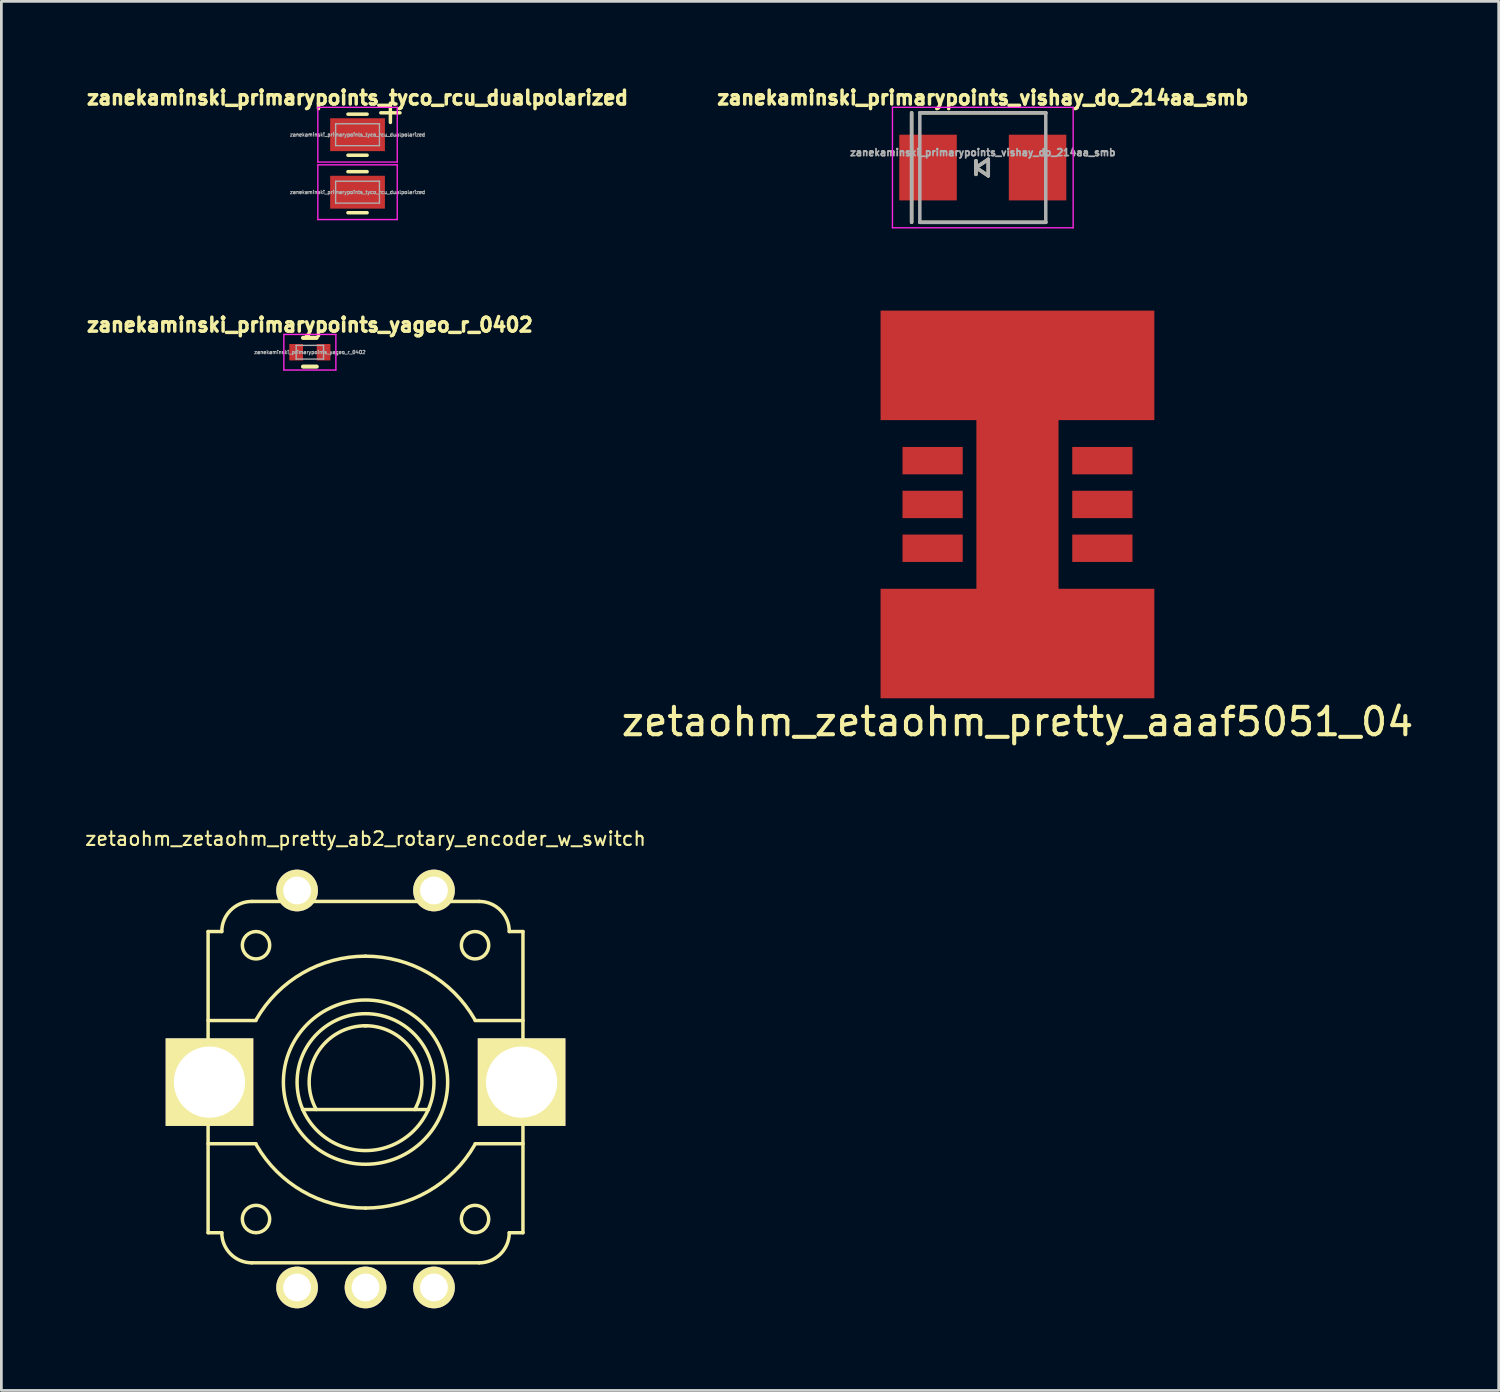
<source format=kicad_pcb>
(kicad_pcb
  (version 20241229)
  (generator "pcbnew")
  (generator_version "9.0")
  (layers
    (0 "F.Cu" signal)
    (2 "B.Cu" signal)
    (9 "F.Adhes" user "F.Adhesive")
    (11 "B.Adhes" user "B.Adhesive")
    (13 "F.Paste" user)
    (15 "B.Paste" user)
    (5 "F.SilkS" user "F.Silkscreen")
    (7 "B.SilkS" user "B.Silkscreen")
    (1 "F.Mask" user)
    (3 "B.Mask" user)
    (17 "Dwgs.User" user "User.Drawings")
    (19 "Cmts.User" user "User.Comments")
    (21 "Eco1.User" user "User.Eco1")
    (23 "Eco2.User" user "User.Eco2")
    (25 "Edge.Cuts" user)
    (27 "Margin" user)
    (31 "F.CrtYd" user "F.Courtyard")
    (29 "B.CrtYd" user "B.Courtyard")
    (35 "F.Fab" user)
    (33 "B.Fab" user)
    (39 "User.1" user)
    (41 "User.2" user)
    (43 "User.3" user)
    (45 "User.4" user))
  (footprint "zanekaminski_primarypoints_tyco_rcu_dualpolarized"
    (layer "F.Cu")
    (at 10.009 2.92)
    (property "Reference" "zanekaminski_primarypoints_tyco_rcu_dualpolarized" (at 0 -2.4 0) (layer "F.SilkS") (effects (font (size 0.508 0.508) (thickness 0.127))))
    (attr smd)
    (fp_line (start -0.35 -1.8) (end 0.35 -1.8) (stroke (width 0.127) (type solid)) (layer "F.SilkS"))
    (fp_line (start -0.35 0.3) (end 0.35 0.3) (stroke (width 0.127) (type solid)) (layer "F.SilkS"))
    (fp_line (start 0.35 -0.3) (end -0.35 -0.3) (stroke (width 0.127) (type solid)) (layer "F.SilkS"))
    (fp_line (start 0.35 1.8) (end -0.35 1.8) (stroke (width 0.127) (type solid)) (layer "F.SilkS"))
    (fp_line (start 0.85 -1.85) (end 1.55 -1.85) (stroke (width 0.127) (type solid)) (layer "F.SilkS"))
    (fp_line (start 1.2 -2.2) (end 1.2 -1.5) (stroke (width 0.127) (type solid)) (layer "F.SilkS"))
    (fp_line (start -1.45 -2.05) (end -1.45 -0.05) (stroke (width 0.05) (type solid)) (layer "F.CrtYd"))
    (fp_line (start -1.45 -2.05) (end 1.45 -2.05) (stroke (width 0.05) (type solid)) (layer "F.CrtYd"))
    (fp_line (start -1.45 -0.05) (end 1.45 -0.05) (stroke (width 0.05) (type solid)) (layer "F.CrtYd"))
    (fp_line (start -1.45 0.05) (end -1.45 2.05) (stroke (width 0.05) (type solid)) (layer "F.CrtYd"))
    (fp_line (start -1.45 0.05) (end 1.45 0.05) (stroke (width 0.05) (type solid)) (layer "F.CrtYd"))
    (fp_line (start -1.45 2.05) (end 1.45 2.05) (stroke (width 0.05) (type solid)) (layer "F.CrtYd"))
    (fp_line (start 1.45 -2.05) (end 1.45 -0.05) (stroke (width 0.05) (type solid)) (layer "F.CrtYd"))
    (fp_line (start 1.45 0.05) (end 1.45 2.05) (stroke (width 0.05) (type solid)) (layer "F.CrtYd"))
    (fp_line (start -0.8 -1.45) (end 0.8 -1.45) (stroke (width 0.05) (type solid)) (layer "F.Fab"))
    (fp_line (start -0.8 -0.65) (end -0.8 -1.45) (stroke (width 0.05) (type solid)) (layer "F.Fab"))
    (fp_line (start -0.8 0.65) (end 0.8 0.65) (stroke (width 0.05) (type solid)) (layer "F.Fab"))
    (fp_line (start -0.8 1.45) (end -0.8 0.65) (stroke (width 0.05) (type solid)) (layer "F.Fab"))
    (fp_line (start 0.8 -1.45) (end 0.8 -0.65) (stroke (width 0.05) (type solid)) (layer "F.Fab"))
    (fp_line (start 0.8 -0.65) (end -0.8 -0.65) (stroke (width 0.05) (type solid)) (layer "F.Fab"))
    (fp_line (start 0.8 0.65) (end 0.8 1.45) (stroke (width 0.05) (type solid)) (layer "F.Fab"))
    (fp_line (start 0.8 1.45) (end -0.8 1.45) (stroke (width 0.05) (type solid)) (layer "F.Fab"))
    (fp_text user "${REFERENCE}" (at 0 -1.05 0) (layer "F.Fab") (effects (font (size 0.127 0.127) (thickness 0.032))))
    (fp_text user "${REFERENCE}" (at 0 1.05 0) (layer "F.Fab") (effects (font (size 0.127 0.127) (thickness 0.032))))
    (pad "1" smd rect (at 0 -1.05) (size 2 1.2) (layers "F.Cu" "F.Mask" "F.Paste"))
    (pad "2" smd rect (at 0 1.05) (size 2 1.2) (layers "F.Cu" "F.Mask" "F.Paste")))
  (footprint "zetaohm_zetaohm_pretty_aaaf5051_04"
    (placed yes)
    (layer "F.Cu")
    (at 34.113 15.375)
    (property "Reference" "zetaohm_zetaohm_pretty_aaaf5051_04" (at 0 7.938 0) (layer "F.SilkS") (effects (font (size 1 1) (thickness 0.15))))
    (attr through_hole)
    (pad "" smd rect (at 0 -5.08 90) (size 4 10) (layers "F.Cu" "F.Paste"))
    (pad "" smd rect (at 0 -5.08) (size 10 4) (layers "F.Mask"))
    (pad "" smd rect (at 0 -2.54) (size 3 1) (layers "F.Mask"))
    (pad "" smd rect (at 0 0) (size 3 6.2) (layers "F.Cu" "F.Paste"))
    (pad "" smd rect (at 0 2.54) (size 3 1) (layers "F.Mask"))
    (pad "" smd rect (at 0 5.08 90) (size 4 10) (layers "F.Cu" "F.Paste"))
    (pad "" smd rect (at 0 5.08) (size 10 4) (layers "F.Mask"))
    (pad "1" smd rect (at 3.101 1.6) (size 2.2 1) (layers "F.Cu" "F.Mask" "F.Paste"))
    (pad "2" smd rect (at 3.101 -0.0002) (size 2.2 1) (layers "F.Cu" "F.Mask" "F.Paste"))
    (pad "3" smd rect (at 3.101 -1.6) (size 2.2 1) (layers "F.Cu" "F.Mask" "F.Paste"))
    (pad "4" smd rect (at -3.099 -1.6) (size 2.2 1) (layers "F.Cu" "F.Mask" "F.Paste"))
    (pad "5" smd rect (at -3.099 -0.0002) (size 2.2 1) (layers "F.Cu" "F.Mask" "F.Paste"))
    (pad "6" smd rect (at -3.099 1.6) (size 2.2 1) (layers "F.Cu" "F.Mask" "F.Paste")))
  (footprint "zanekaminski_primarypoints_yageo_r_0402"
    (layer "F.Cu")
    (at 8.268 9.815)
    (property "Reference" "zanekaminski_primarypoints_yageo_r_0402" (at 0 -1 0) (layer "F.SilkS") (effects (font (size 0.508 0.508) (thickness 0.127))))
    (attr smd)
    (fp_line (start -0.25 0.525) (end 0.25 0.525) (stroke (width 0.15) (type solid)) (layer "F.SilkS"))
    (fp_line (start 0.25 -0.525) (end -0.25 -0.525) (stroke (width 0.15) (type solid)) (layer "F.SilkS"))
    (fp_line (start -0.95 -0.65) (end -0.95 0.65) (stroke (width 0.05) (type solid)) (layer "F.CrtYd"))
    (fp_line (start -0.95 -0.65) (end 0.95 -0.65) (stroke (width 0.05) (type solid)) (layer "F.CrtYd"))
    (fp_line (start -0.95 0.65) (end 0.95 0.65) (stroke (width 0.05) (type solid)) (layer "F.CrtYd"))
    (fp_line (start 0.95 -0.65) (end 0.95 0.65) (stroke (width 0.05) (type solid)) (layer "F.CrtYd"))
    (fp_line (start -0.5 -0.25) (end 0.5 -0.25) (stroke (width 0.05) (type solid)) (layer "F.Fab"))
    (fp_line (start -0.5 0.25) (end -0.5 -0.25) (stroke (width 0.05) (type solid)) (layer "F.Fab"))
    (fp_line (start 0.5 -0.25) (end 0.5 0.25) (stroke (width 0.05) (type solid)) (layer "F.Fab"))
    (fp_line (start 0.5 0.25) (end -0.5 0.25) (stroke (width 0.05) (type solid)) (layer "F.Fab"))
    (fp_text user "${REFERENCE}" (at 0 0 0) (layer "F.Fab") (effects (font (size 0.127 0.127) (thickness 0.032))))
    (pad "1" smd rect (at -0.5 0) (size 0.5 0.6) (layers "F.Cu" "F.Mask" "F.Paste"))
    (pad "2" smd rect (at 0.5 0) (size 0.5 0.6) (layers "F.Cu" "F.Mask" "F.Paste")))
  (footprint "zetaohm_zetaohm_pretty_ab2_rotary_encoder_w_switch"
    (layer "F.Cu")
    (at 10.301 36.475)
    (property "Reference" "zetaohm_zetaohm_pretty_ab2_rotary_encoder_w_switch" (at 0 -8.89 0) (layer "F.SilkS") (effects (font (size 0.5 0.5) (thickness 0.075))))
    (attr through_hole)
    (fp_line (start -5.75 -5.5) (end -5.75 5.5) (stroke (width 0.127) (type solid)) (layer "F.SilkS"))
    (fp_line (start -5.75 -5.5) (end -5.25 -5.5) (stroke (width 0.127) (type solid)) (layer "F.SilkS"))
    (fp_line (start -5.75 -2.25) (end -4 -2.25) (stroke (width 0.127) (type solid)) (layer "F.SilkS"))
    (fp_line (start -5.75 2.25) (end -4 2.25) (stroke (width 0.127) (type solid)) (layer "F.SilkS"))
    (fp_line (start -5.75 5.5) (end -5.25 5.5) (stroke (width 0.127) (type solid)) (layer "F.SilkS"))
    (fp_line (start -4.15 -6.6) (end 4.15 -6.6) (stroke (width 0.127) (type solid)) (layer "F.SilkS"))
    (fp_line (start -4.15 6.6) (end 4.15 6.6) (stroke (width 0.127) (type solid)) (layer "F.SilkS"))
    (fp_line (start -2.3 1) (end 2.3 1) (stroke (width 0.127) (type solid)) (layer "F.SilkS"))
    (fp_line (start 5.75 -5.5) (end 5.25 -5.5) (stroke (width 0.127) (type solid)) (layer "F.SilkS"))
    (fp_line (start 5.75 -5.5) (end 5.75 5.5) (stroke (width 0.127) (type solid)) (layer "F.SilkS"))
    (fp_line (start 5.75 -2.25) (end 4 -2.25) (stroke (width 0.127) (type solid)) (layer "F.SilkS"))
    (fp_line (start 5.75 2.25) (end 4 2.25) (stroke (width 0.127) (type solid)) (layer "F.SilkS"))
    (fp_line (start 5.75 5.5) (end 5.25 5.5) (stroke (width 0.127) (type solid)) (layer "F.SilkS"))
    (fp_arc (start -5.25 -5.5) (mid -4.927817 -6.277817) (end -4.15 -6.6) (stroke (width 0.127) (type solid)) (layer "F.SilkS"))
    (fp_arc (start -4.15 6.6) (mid -4.927817 6.277817) (end -5.25 5.5) (stroke (width 0.127) (type solid)) (layer "F.SilkS"))
    (fp_arc (start -3.983717 -2.3) (mid -2.3 -3.983717) (end 0 -4.6) (stroke (width 0.127) (type solid)) (layer "F.SilkS"))
    (fp_arc (start -1.8 1) (mid -1.766025 -1.058846) (end 0.033975 -2.058846) (stroke (width 0.127) (type solid)) (layer "F.SilkS"))
    (fp_arc (start -0.033975 -2.058846) (mid 1.766026 -1.058846) (end 1.8 1) (stroke (width 0.127) (type solid)) (layer "F.SilkS"))
    (fp_arc (start 0 -4.6) (mid 2.3 -3.983717) (end 3.983717 -2.3) (stroke (width 0.127) (type solid)) (layer "F.SilkS"))
    (fp_arc (start 0 4.6) (mid -2.3 3.983717) (end -3.983717 2.3) (stroke (width 0.127) (type solid)) (layer "F.SilkS"))
    (fp_arc (start 3.983717 2.3) (mid 2.3 3.983717) (end 0 4.6) (stroke (width 0.127) (type solid)) (layer "F.SilkS"))
    (fp_arc (start 4.15 -6.6) (mid 4.927817 -6.277817) (end 5.25 -5.5) (stroke (width 0.127) (type solid)) (layer "F.SilkS"))
    (fp_arc (start 5.25 5.5) (mid 4.927817 6.277817) (end 4.15 6.6) (stroke (width 0.127) (type solid)) (layer "F.SilkS"))
    (fp_circle (center -4 -5) (end -4 -5.5) (stroke (width 0.127) (type solid)) (fill no) (layer "F.SilkS"))
    (fp_circle (center -4 5) (end -4 4.5) (stroke (width 0.127) (type solid)) (fill no) (layer "F.SilkS"))
    (fp_circle (center 0 0) (end 0 -3) (stroke (width 0.127) (type solid)) (fill no) (layer "F.SilkS"))
    (fp_circle (center 0 0) (end 0 -2.5) (stroke (width 0.127) (type solid)) (fill no) (layer "F.SilkS"))
    (fp_circle (center 4 -5) (end 4 -5.5) (stroke (width 0.127) (type solid)) (fill no) (layer "F.SilkS"))
    (fp_circle (center 4 5) (end 4 4.5) (stroke (width 0.127) (type solid)) (fill no) (layer "F.SilkS"))
    (pad "1" thru_hole circle (at -2.5 7.5) (size 1.524 1.524) (drill 1.016) (layers "*.Cu" "*.Mask" "F.SilkS"))
    (pad "2" thru_hole circle (at 0 7.5) (size 1.524 1.524) (drill 1.016) (layers "*.Cu" "*.Mask" "F.SilkS"))
    (pad "3" thru_hole circle (at 2.5 7.5) (size 1.524 1.524) (drill 1.016) (layers "*.Cu" "*.Mask" "F.SilkS"))
    (pad "4" thru_hole circle (at 2.5 -7) (size 1.524 1.524) (drill 1.016) (layers "*.Cu" "*.Mask" "F.SilkS"))
    (pad "5" thru_hole circle (at -2.5 -7) (size 1.524 1.524) (drill 1.016) (layers "*.Cu" "*.Mask" "F.SilkS"))
    (pad "6" thru_hole rect (at -5.7 0) (size 3.2 3.2) (drill 2.6) (layers "*.Cu" "*.Mask" "F.SilkS"))
    (pad "7" thru_hole rect (at 5.7 0) (size 3.2 3.2) (drill 2.6) (layers "*.Cu" "*.Mask" "F.SilkS")))
  (footprint "zanekaminski_primarypoints_vishay_do_214aa_smb"
    (layer "F.Cu")
    (at 32.847 3.07)
    (property "Reference" "zanekaminski_primarypoints_vishay_do_214aa_smb" (at 0 -2.55 0) (layer "F.SilkS") (effects (font (size 0.508 0.508) (thickness 0.127))))
    (attr through_hole)
    (fp_line (start -2.6 -2) (end -2.6 2) (stroke (width 0.127) (type solid)) (layer "F.SilkS"))
    (fp_line (start -2.3 -2) (end 2.3 -2) (stroke (width 0.127) (type solid)) (layer "F.SilkS"))
    (fp_line (start -2.3 2) (end 2.3 2) (stroke (width 0.127) (type solid)) (layer "F.SilkS"))
    (fp_line (start -0.25 -0.25) (end -0.25 0.25) (stroke (width 0.127) (type solid)) (layer "F.SilkS"))
    (fp_line (start -0.25 0) (end 0.2 -0.3) (stroke (width 0.127) (type solid)) (layer "F.SilkS"))
    (fp_line (start 0.2 -0.3) (end 0.2 0.3) (stroke (width 0.127) (type solid)) (layer "F.SilkS"))
    (fp_line (start 0.2 0.3) (end -0.25 0) (stroke (width 0.127) (type solid)) (layer "F.SilkS"))
    (fp_line (start -3.3 -2.2) (end 3.3 -2.2) (stroke (width 0.05) (type solid)) (layer "F.CrtYd"))
    (fp_line (start -3.3 2.2) (end -3.3 -2.2) (stroke (width 0.05) (type solid)) (layer "F.CrtYd"))
    (fp_line (start -3.3 2.2) (end 3.3 2.2) (stroke (width 0.05) (type solid)) (layer "F.CrtYd"))
    (fp_line (start 3.3 -2.2) (end 3.3 2.2) (stroke (width 0.05) (type solid)) (layer "F.CrtYd"))
    (fp_line (start -2.6 -2) (end -2.6 2) (stroke (width 0.127) (type solid)) (layer "F.Fab"))
    (fp_line (start -2.3 -2) (end -2.3 2) (stroke (width 0.127) (type solid)) (layer "F.Fab"))
    (fp_line (start -2.3 -2) (end 2.3 -2) (stroke (width 0.127) (type solid)) (layer "F.Fab"))
    (fp_line (start -2.3 2) (end 2.3 2) (stroke (width 0.127) (type solid)) (layer "F.Fab"))
    (fp_line (start -0.25 -0.25) (end -0.25 0.25) (stroke (width 0.127) (type solid)) (layer "F.Fab"))
    (fp_line (start -0.25 0) (end 0.2 -0.3) (stroke (width 0.127) (type solid)) (layer "F.Fab"))
    (fp_line (start 0.2 -0.3) (end 0.2 0.3) (stroke (width 0.127) (type solid)) (layer "F.Fab"))
    (fp_line (start 0.2 0.3) (end -0.25 0) (stroke (width 0.127) (type solid)) (layer "F.Fab"))
    (fp_line (start 2.3 -2) (end 2.3 2) (stroke (width 0.127) (type solid)) (layer "F.Fab"))
    (fp_text user "${REFERENCE}" (at 0 -0.55 0) (layer "F.Fab") (effects (font (size 0.254 0.254) (thickness 0.064))))
    (pad "1" smd rect (at -2 0) (size 2.1 2.4) (layers "F.Cu" "F.Mask" "F.Paste"))
    (pad "2" smd rect (at 2 0) (size 2.1 2.4) (layers "F.Cu" "F.Mask" "F.Paste")))
  (gr_rect
    (start -3 -3)
    (end 51.69 47.737)
    (stroke (width 0.1) (type default))
    (fill no)
    (layer "Edge.Cuts")))
</source>
